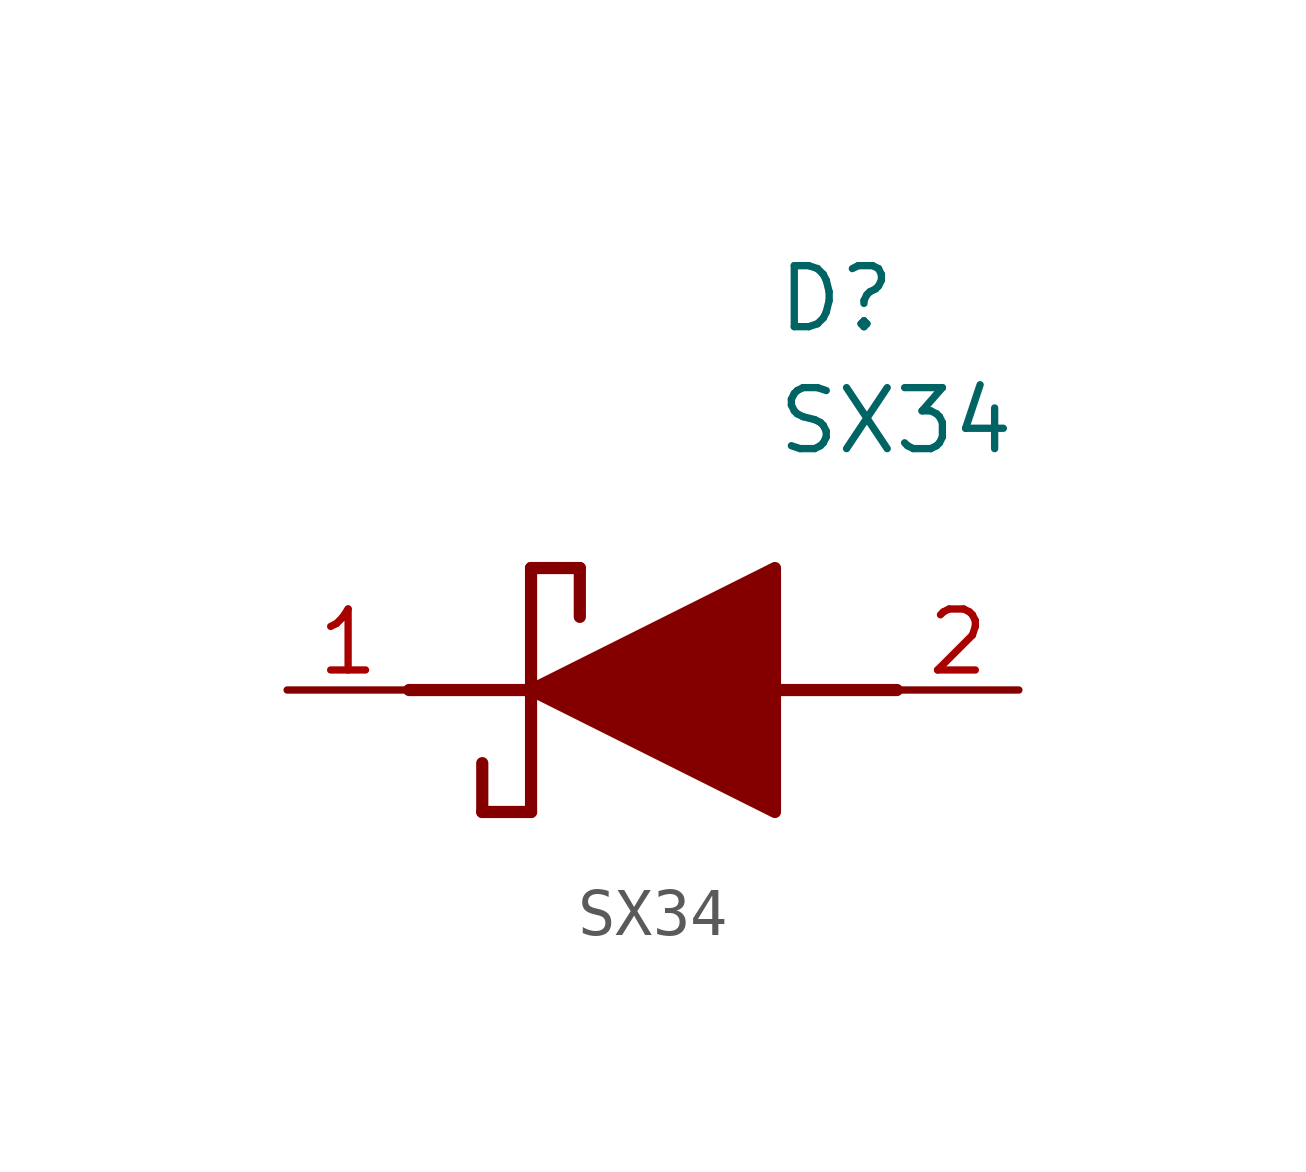
<source format=kicad_sym>
(kicad_symbol_lib
  (version 20241209)
  (generator "kicad_symbol_editor")
  (generator_version "9.0")
  (symbol "SX34"
    (pin_names
      (hide yes))
    (property "Reference" "D"
      (at 12.7 8.89 0)
      (effects (font (size 1.27 1.27)) (justify left top)))
    (property "Value" "SX34"
      (at 12.7 6.35 0)
      (effects (font (size 1.27 1.27)) (justify left top)))
    (symbol "SX34_1_1"
      (polyline (pts (xy 5.08 0) (xy 7.62 0)) (stroke (width 0.254) (type default)) (fill (type none)))
      (polyline (pts (xy 6.604 -1.524) (xy 6.604 -2.54)) (stroke (width 0.254) (type default)) (fill (type none)))
      (polyline (pts (xy 7.62 2.54) (xy 7.62 -2.54)) (stroke (width 0.254) (type default)) (fill (type none)))
      (polyline (pts (xy 7.62 2.54) (xy 8.636 2.54)) (stroke (width 0.254) (type default)) (fill (type none)))
      (polyline (pts (xy 7.62 0) (xy 12.7 2.54) (xy 12.7 -2.54) (xy 7.62 0)) (stroke (width 0.254) (type default)) (fill (type outline)))
      (polyline (pts (xy 7.62 -2.54) (xy 6.604 -2.54)) (stroke (width 0.254) (type default)) (fill (type none)))
      (polyline (pts (xy 8.636 1.524) (xy 8.636 2.54)) (stroke (width 0.254) (type default)) (fill (type none)))
      (polyline (pts (xy 12.7 0) (xy 15.24 0)) (stroke (width 0.254) (type default)) (fill (type none)))
      (pin passive line (at 2.54 0 0) (length 2.54) (name "K" (effects (font (size 1.27 1.27)))) (number "1" (effects (font (size 1.27 1.27)))))
      (pin passive line (at 17.78 0 180) (length 2.54) (name "A" (effects (font (size 1.27 1.27)))) (number "2" (effects (font (size 1.27 1.27))))))))
</source>
